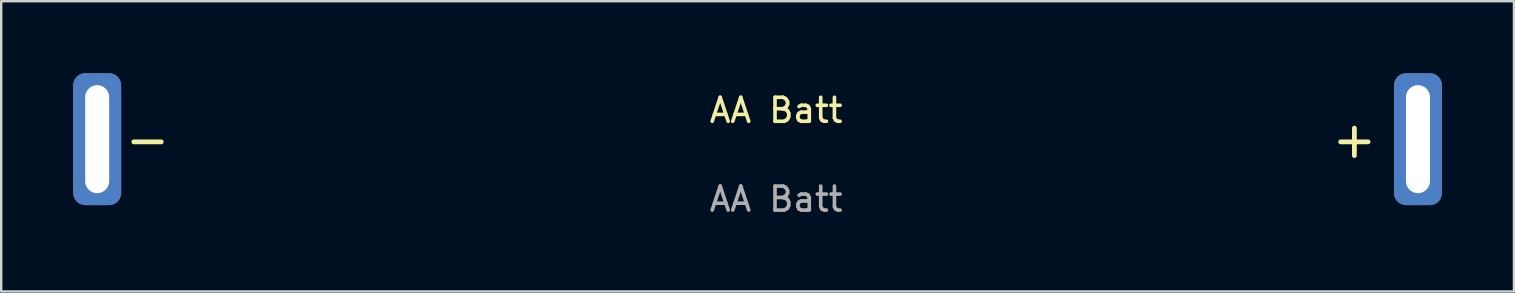
<source format=kicad_pcb>
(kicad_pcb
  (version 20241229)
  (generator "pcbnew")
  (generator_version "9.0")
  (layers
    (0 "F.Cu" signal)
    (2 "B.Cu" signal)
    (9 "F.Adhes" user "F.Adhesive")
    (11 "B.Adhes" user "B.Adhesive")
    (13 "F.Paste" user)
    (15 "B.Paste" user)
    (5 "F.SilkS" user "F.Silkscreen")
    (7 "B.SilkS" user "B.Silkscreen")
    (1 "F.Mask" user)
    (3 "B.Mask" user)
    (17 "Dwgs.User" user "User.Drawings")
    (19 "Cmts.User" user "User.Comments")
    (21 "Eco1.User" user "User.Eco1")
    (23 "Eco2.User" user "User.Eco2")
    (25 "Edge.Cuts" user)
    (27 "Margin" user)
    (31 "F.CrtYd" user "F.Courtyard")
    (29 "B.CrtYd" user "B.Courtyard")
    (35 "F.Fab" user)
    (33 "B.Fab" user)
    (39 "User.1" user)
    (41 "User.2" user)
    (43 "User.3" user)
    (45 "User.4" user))
  (footprint "AA Batt"
    (layer "F.Cu")
    (at 29.3 2.75)
    (property "Reference" "AA Batt" (at 0 -1.2 0) (unlocked yes) (layer "F.SilkS") (effects (font (size 1 1) (thickness 0.15))))
    (attr smd)
    (fp_line (start -28.8 -2.3) (end -27.8 -2.3) (stroke (width 0.25) (type solid)) (layer "User.4"))
    (fp_line (start -28.8 2.2) (end -28.8 -2.3) (stroke (width 0.25) (type solid)) (layer "User.4"))
    (fp_line (start -28.8 2.2) (end -27.8 2.2) (stroke (width 0.25) (type solid)) (layer "User.4"))
    (fp_line (start -27.8 2.2) (end -27.8 -2.3) (stroke (width 0.25) (type solid)) (layer "User.4"))
    (fp_line (start 26.2 -2.3) (end 27.2 -2.3) (stroke (width 0.25) (type solid)) (layer "User.4"))
    (fp_line (start 26.2 2.2) (end 26.2 -2.3) (stroke (width 0.25) (type solid)) (layer "User.4"))
    (fp_line (start 26.2 2.2) (end 27.2 2.2) (stroke (width 0.25) (type solid)) (layer "User.4"))
    (fp_line (start 27.2 2.2) (end 27.2 -2.3) (stroke (width 0.25) (type solid)) (layer "User.4"))
    (fp_text user "+" (at 24.1 0 0) (unlocked yes) (layer "F.SilkS") (effects (font (size 1.5 1.5) (thickness 0.2))))
    (fp_text user "-" (at -26.2 0 0) (unlocked yes) (layer "F.SilkS") (effects (font (size 1.5 1.5) (thickness 0.2))))
    (fp_text user "${REFERENCE}" (at 0 2.5 0) (unlocked yes) (layer "F.Fab") (effects (font (size 1 1) (thickness 0.15))))
    (pad "1" thru_hole roundrect (at 26.75 0 90) (size 5.5 2) (drill oval 4.5 1) (layers "*.Cu" "*.Mask") (roundrect_rratio 0.25))
    (pad "2" thru_hole roundrect (at -28.3 0 90) (size 5.5 2) (drill oval 4.5 1) (layers "*.Cu" "*.Mask") (roundrect_rratio 0.25)))
  (gr_rect
    (start -3 -3)
    (end 60.05 9.098)
    (stroke (width 0.1) (type default))
    (fill no)
    (layer "Edge.Cuts")))
</source>
